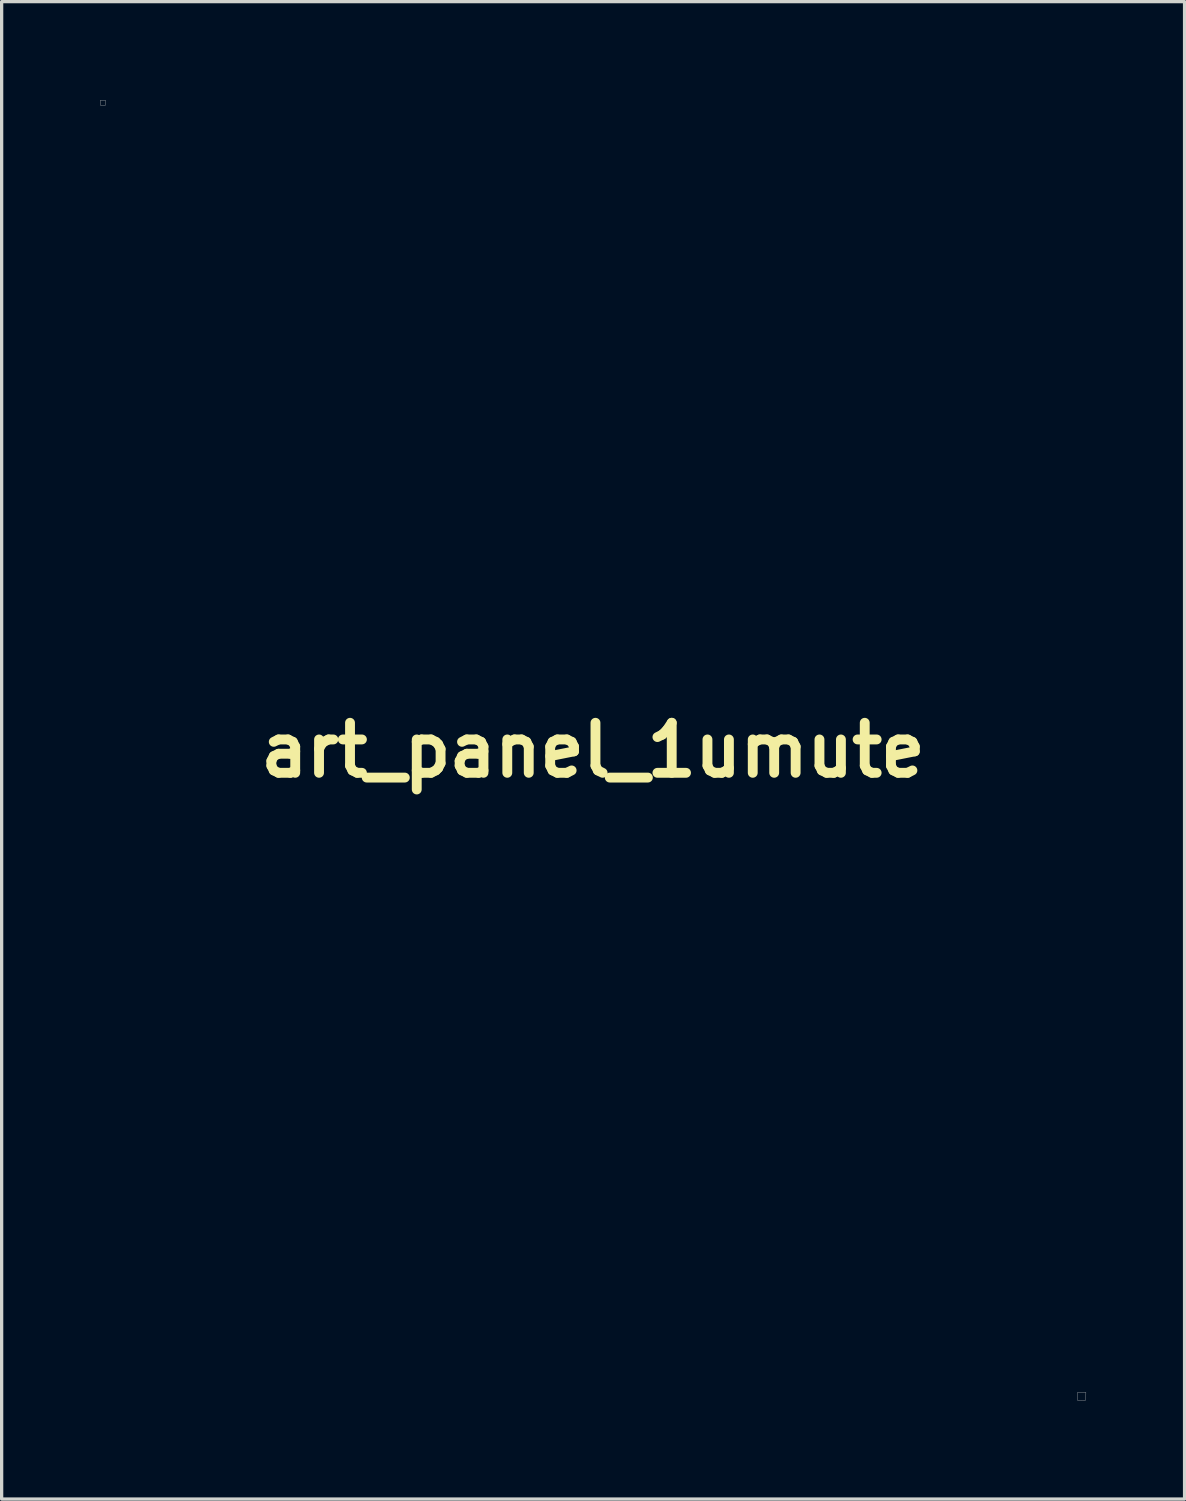
<source format=kicad_pcb>
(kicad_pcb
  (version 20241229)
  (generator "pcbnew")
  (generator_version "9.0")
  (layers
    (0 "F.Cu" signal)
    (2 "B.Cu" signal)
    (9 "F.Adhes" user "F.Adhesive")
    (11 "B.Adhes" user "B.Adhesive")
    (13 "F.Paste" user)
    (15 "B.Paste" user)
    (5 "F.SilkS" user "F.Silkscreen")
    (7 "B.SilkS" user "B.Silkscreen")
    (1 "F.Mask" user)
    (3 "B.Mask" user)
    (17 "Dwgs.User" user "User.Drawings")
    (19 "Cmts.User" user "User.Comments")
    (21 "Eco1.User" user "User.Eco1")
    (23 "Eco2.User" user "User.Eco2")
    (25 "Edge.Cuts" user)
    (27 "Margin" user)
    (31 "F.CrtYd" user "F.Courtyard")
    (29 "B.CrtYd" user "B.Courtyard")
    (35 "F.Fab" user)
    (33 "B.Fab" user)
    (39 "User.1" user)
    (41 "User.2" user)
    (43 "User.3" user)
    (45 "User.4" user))
  (footprint "art_panel_1umute"
    (layer "F.Cu")
    (at 15.012 19.796)
    (property "Reference" "art_panel_1umute" (at 0 0 0) (layer "F.SilkS") (effects (font (size 1.524 1.524) (thickness 0.3))))
    (attr through_hole)
    (fp_poly (pts (xy 4.971 -18.125) (xy 4.991 -18.102) (xy 4.999 -18.075) (xy 5 -18.055) (xy 4.997 -18.021) (xy 4.983 -17.997) (xy 4.971 -17.985) (xy 4.941 -17.96) (xy 4.223 -17.96) (xy 4.223 -16.809) (xy 4.222 -16.628) (xy 4.222 -16.467) (xy 4.222 -16.324) (xy 4.222 -16.199) (xy 4.222 -16.09) (xy 4.221 -15.997) (xy 4.221 -15.917) (xy 4.22 -15.85) (xy 4.219 -15.795) (xy 4.218 -15.749) (xy 4.217 -15.713) (xy 4.215 -15.685) (xy 4.213 -15.663) (xy 4.211 -15.646) (xy 4.209 -15.634) (xy 4.206 -15.625) (xy 4.203 -15.617) (xy 4.203 -15.616) (xy 4.172 -15.567) (xy 4.131 -15.527) (xy 4.092 -15.505) (xy 4.05 -15.496) (xy 4.001 -15.496) (xy 3.955 -15.503) (xy 3.932 -15.512) (xy 3.877 -15.549) (xy 3.839 -15.598) (xy 3.83 -15.616) (xy 3.827 -15.623) (xy 3.824 -15.632) (xy 3.822 -15.644) (xy 3.82 -15.659) (xy 3.818 -15.68) (xy 3.816 -15.708) (xy 3.815 -15.743) (xy 3.814 -15.786) (xy 3.813 -15.84) (xy 3.812 -15.905) (xy 3.812 -15.982) (xy 3.811 -16.074) (xy 3.811 -16.18) (xy 3.811 -16.302) (xy 3.81 -16.441) (xy 3.81 -16.599) (xy 3.81 -16.777) (xy 3.81 -16.809) (xy 3.81 -17.96) (xy 3.45 -17.96) (xy 3.089 -17.96) (xy 3.063 -17.986) (xy 3.044 -18.015) (xy 3.037 -18.052) (xy 3.037 -18.055) (xy 3.043 -18.093) (xy 3.061 -18.122) (xy 3.063 -18.124) (xy 3.089 -18.15) (xy 4.941 -18.15) (xy 4.971 -18.125)) (stroke (width 0.01) (type solid)) (fill yes) (layer "F.Mask"))
    (fp_poly (pts (xy 6.748 -18.123) (xy 6.765 -18.103) (xy 6.772 -18.082) (xy 6.771 -18.05) (xy 6.77 -18.047) (xy 6.769 -18.028) (xy 6.767 -18.013) (xy 6.763 -18) (xy 6.756 -17.989) (xy 6.743 -17.98) (xy 6.724 -17.974) (xy 6.697 -17.968) (xy 6.659 -17.965) (xy 6.61 -17.962) (xy 6.548 -17.961) (xy 6.47 -17.96) (xy 6.376 -17.96) (xy 6.264 -17.96) (xy 6.158 -17.96) (xy 5.599 -17.96) (xy 5.599 -16.912) (xy 6.467 -16.912) (xy 6.493 -16.886) (xy 6.513 -16.858) (xy 6.519 -16.82) (xy 6.519 -16.817) (xy 6.514 -16.779) (xy 6.495 -16.75) (xy 6.493 -16.748) (xy 6.467 -16.722) (xy 5.599 -16.722) (xy 5.599 -15.684) (xy 6.721 -15.684) (xy 6.749 -15.657) (xy 6.766 -15.637) (xy 6.772 -15.616) (xy 6.771 -15.584) (xy 6.77 -15.581) (xy 6.769 -15.564) (xy 6.768 -15.549) (xy 6.765 -15.537) (xy 6.759 -15.527) (xy 6.749 -15.518) (xy 6.734 -15.511) (xy 6.711 -15.506) (xy 6.679 -15.501) (xy 6.637 -15.498) (xy 6.583 -15.496) (xy 6.517 -15.495) (xy 6.435 -15.494) (xy 6.337 -15.494) (xy 6.222 -15.494) (xy 6.088 -15.494) (xy 6.029 -15.494) (xy 5.885 -15.495) (xy 5.761 -15.495) (xy 5.655 -15.495) (xy 5.567 -15.496) (xy 5.494 -15.497) (xy 5.435 -15.498) (xy 5.389 -15.5) (xy 5.354 -15.502) (xy 5.33 -15.504) (xy 5.314 -15.507) (xy 5.308 -15.509) (xy 5.277 -15.526) (xy 5.248 -15.549) (xy 5.246 -15.551) (xy 5.237 -15.559) (xy 5.229 -15.567) (xy 5.221 -15.575) (xy 5.215 -15.584) (xy 5.209 -15.597) (xy 5.205 -15.613) (xy 5.2 -15.635) (xy 5.197 -15.662) (xy 5.194 -15.698) (xy 5.192 -15.742) (xy 5.19 -15.796) (xy 5.188 -15.861) (xy 5.187 -15.938) (xy 5.187 -16.029) (xy 5.186 -16.134) (xy 5.186 -16.256) (xy 5.186 -16.394) (xy 5.186 -16.55) (xy 5.186 -16.726) (xy 5.186 -16.824) (xy 5.186 -17.996) (xy 5.208 -18.042) (xy 5.238 -18.086) (xy 5.274 -18.117) (xy 5.317 -18.145) (xy 6.019 -18.148) (xy 6.721 -18.151) (xy 6.748 -18.123)) (stroke (width 0.01) (type solid)) (fill yes) (layer "F.Mask"))
    (fp_poly (pts (xy -1.404 -6.761) (xy -1.227 -6.761) (xy -1.064 -6.761) (xy -0.915 -6.761) (xy -0.779 -6.76) (xy -0.657 -6.76) (xy -0.546 -6.76) (xy -0.447 -6.759) (xy -0.359 -6.759) (xy -0.281 -6.758) (xy -0.213 -6.758) (xy -0.153 -6.757) (xy -0.102 -6.756) (xy -0.059 -6.756) (xy -0.023 -6.755) (xy 0.007 -6.754) (xy 0.032 -6.753) (xy 0.051 -6.751) (xy 0.066 -6.75) (xy 0.077 -6.749) (xy 0.085 -6.748) (xy 0.09 -6.746) (xy 0.092 -6.745) (xy 0.123 -6.724) (xy 0.148 -6.697) (xy 0.149 -6.695) (xy 0.152 -6.69) (xy 0.154 -6.684) (xy 0.156 -6.676) (xy 0.158 -6.665) (xy 0.16 -6.65) (xy 0.161 -6.629) (xy 0.163 -6.603) (xy 0.164 -6.57) (xy 0.165 -6.529) (xy 0.166 -6.479) (xy 0.166 -6.419) (xy 0.167 -6.349) (xy 0.168 -6.267) (xy 0.168 -6.173) (xy 0.168 -6.065) (xy 0.169 -5.943) (xy 0.169 -5.805) (xy 0.169 -5.652) (xy 0.169 -5.481) (xy 0.169 -5.291) (xy 0.169 -5.083) (xy 0.169 -4.855) (xy 0.169 -4.801) (xy 0.169 -4.564) (xy 0.169 -4.348) (xy 0.169 -4.15) (xy 0.169 -3.972) (xy 0.169 -3.81) (xy 0.169 -3.665) (xy 0.169 -3.536) (xy 0.168 -3.422) (xy 0.168 -3.322) (xy 0.166 -3.234) (xy 0.165 -3.158) (xy 0.163 -3.094) (xy 0.161 -3.04) (xy 0.159 -2.995) (xy 0.156 -2.958) (xy 0.153 -2.929) (xy 0.149 -2.906) (xy 0.144 -2.889) (xy 0.139 -2.877) (xy 0.133 -2.868) (xy 0.127 -2.862) (xy 0.12 -2.858) (xy 0.112 -2.855) (xy 0.104 -2.852) (xy 0.094 -2.849) (xy 0.091 -2.847) (xy 0.051 -2.831) (xy 0.019 -2.827) (xy -0.013 -2.836) (xy -0.031 -2.844) (xy -0.062 -2.865) (xy -0.088 -2.891) (xy -0.089 -2.893) (xy -0.111 -2.923) (xy -0.114 -4.7) (xy -0.117 -6.477) (xy -3.852 -6.48) (xy -7.587 -6.482) (xy -7.617 -6.504) (xy -7.641 -6.529) (xy -7.663 -6.56) (xy -7.666 -6.565) (xy -7.68 -6.614) (xy -7.673 -6.662) (xy -7.644 -6.709) (xy -7.636 -6.719) (xy -7.6 -6.757) (xy -3.773 -6.76) (xy -3.434 -6.76) (xy -3.115 -6.761) (xy -2.816 -6.761) (xy -2.536 -6.761) (xy -2.275 -6.761) (xy -2.032 -6.761) (xy -1.806 -6.761) (xy -1.597 -6.761) (xy -1.404 -6.761)) (stroke (width 0.01) (type solid)) (fill yes) (layer "F.Mask"))
    (fp_poly (pts (xy 11.304 6.093) (xy 11.329 6.101) (xy 11.353 6.12) (xy 11.355 6.122) (xy 11.387 6.163) (xy 11.404 6.208) (xy 11.404 6.252) (xy 11.398 6.264) (xy 11.382 6.294) (xy 11.356 6.34) (xy 11.32 6.401) (xy 11.276 6.478) (xy 11.223 6.569) (xy 11.162 6.674) (xy 11.094 6.791) (xy 11.018 6.92) (xy 10.936 7.06) (xy 10.848 7.21) (xy 10.754 7.37) (xy 10.655 7.538) (xy 10.552 7.714) (xy 10.444 7.898) (xy 10.332 8.087) (xy 10.217 8.283) (xy 10.099 8.483) (xy 9.979 8.686) (xy 9.857 8.893) (xy 9.733 9.103) (xy 9.609 9.314) (xy 9.484 9.525) (xy 9.359 9.737) (xy 9.234 9.948) (xy 9.11 10.157) (xy 8.988 10.364) (xy 8.868 10.568) (xy 8.749 10.768) (xy 8.634 10.963) (xy 8.522 11.152) (xy 8.413 11.335) (xy 8.309 11.511) (xy 8.209 11.679) (xy 8.115 11.838) (xy 8.026 11.988) (xy 7.943 12.127) (xy 7.866 12.255) (xy 7.797 12.372) (xy 7.735 12.476) (xy 7.68 12.566) (xy 7.635 12.642) (xy 7.598 12.703) (xy 7.57 12.748) (xy 7.552 12.776) (xy 7.545 12.787) (xy 7.545 12.787) (xy 7.505 12.806) (xy 7.457 12.812) (xy 7.412 12.806) (xy 7.403 12.802) (xy 7.36 12.772) (xy 7.332 12.73) (xy 7.321 12.681) (xy 7.329 12.634) (xy 7.336 12.62) (xy 7.353 12.589) (xy 7.38 12.542) (xy 7.416 12.479) (xy 7.461 12.401) (xy 7.515 12.309) (xy 7.576 12.203) (xy 7.645 12.085) (xy 7.721 11.955) (xy 7.804 11.815) (xy 7.893 11.664) (xy 7.987 11.503) (xy 8.086 11.334) (xy 8.19 11.158) (xy 8.298 10.974) (xy 8.41 10.784) (xy 8.525 10.588) (xy 8.643 10.388) (xy 8.764 10.184) (xy 8.886 9.977) (xy 9.01 9.768) (xy 9.134 9.557) (xy 9.259 9.345) (xy 9.384 9.134) (xy 9.509 8.923) (xy 9.632 8.715) (xy 9.754 8.508) (xy 9.875 8.305) (xy 9.993 8.106) (xy 10.108 7.912) (xy 10.219 7.723) (xy 10.328 7.541) (xy 10.431 7.366) (xy 10.531 7.199) (xy 10.625 7.041) (xy 10.713 6.892) (xy 10.795 6.754) (xy 10.871 6.627) (xy 10.94 6.512) (xy 11.001 6.41) (xy 11.055 6.321) (xy 11.099 6.247) (xy 11.135 6.187) (xy 11.162 6.144) (xy 11.179 6.117) (xy 11.185 6.108) (xy 11.217 6.096) (xy 11.26 6.091) (xy 11.267 6.091) (xy 11.304 6.093)) (stroke (width 0.01) (type solid)) (fill yes) (layer "F.Mask"))
    (fp_poly (pts (xy 2.617 -18.148) (xy 2.66 -18.136) (xy 2.705 -18.107) (xy 2.743 -18.062) (xy 2.768 -18.007) (xy 2.773 -17.99) (xy 2.775 -17.971) (xy 2.777 -17.94) (xy 2.779 -17.896) (xy 2.781 -17.837) (xy 2.781 -17.763) (xy 2.782 -17.672) (xy 2.782 -17.564) (xy 2.782 -17.437) (xy 2.782 -17.291) (xy 2.781 -17.15) (xy 2.777 -16.367) (xy 2.749 -16.261) (xy 2.698 -16.113) (xy 2.631 -15.978) (xy 2.547 -15.855) (xy 2.448 -15.747) (xy 2.335 -15.653) (xy 2.207 -15.574) (xy 2.066 -15.512) (xy 1.993 -15.488) (xy 1.913 -15.47) (xy 1.82 -15.458) (xy 1.722 -15.454) (xy 1.624 -15.456) (xy 1.536 -15.465) (xy 1.502 -15.472) (xy 1.357 -15.514) (xy 1.222 -15.574) (xy 1.097 -15.652) (xy 0.986 -15.745) (xy 0.887 -15.854) (xy 0.803 -15.977) (xy 0.734 -16.112) (xy 0.691 -16.23) (xy 0.662 -16.325) (xy 0.659 -17.159) (xy 0.655 -17.994) (xy 0.678 -18.041) (xy 0.713 -18.091) (xy 0.758 -18.125) (xy 0.81 -18.144) (xy 0.866 -18.149) (xy 0.922 -18.139) (xy 0.974 -18.114) (xy 1.019 -18.075) (xy 1.051 -18.024) (xy 1.054 -18.011) (xy 1.056 -17.984) (xy 1.058 -17.942) (xy 1.06 -17.883) (xy 1.062 -17.808) (xy 1.064 -17.716) (xy 1.065 -17.605) (xy 1.067 -17.476) (xy 1.068 -17.327) (xy 1.069 -17.157) (xy 1.069 -17.15) (xy 1.07 -16.997) (xy 1.071 -16.863) (xy 1.072 -16.747) (xy 1.073 -16.648) (xy 1.074 -16.564) (xy 1.075 -16.493) (xy 1.076 -16.435) (xy 1.078 -16.388) (xy 1.079 -16.35) (xy 1.081 -16.319) (xy 1.084 -16.295) (xy 1.086 -16.276) (xy 1.09 -16.26) (xy 1.093 -16.245) (xy 1.097 -16.231) (xy 1.099 -16.226) (xy 1.136 -16.117) (xy 1.179 -16.023) (xy 1.223 -15.947) (xy 1.271 -15.878) (xy 1.319 -15.823) (xy 1.372 -15.776) (xy 1.419 -15.742) (xy 1.515 -15.689) (xy 1.613 -15.656) (xy 1.711 -15.645) (xy 1.81 -15.655) (xy 1.909 -15.686) (xy 1.943 -15.702) (xy 2.034 -15.758) (xy 2.118 -15.832) (xy 2.193 -15.922) (xy 2.256 -16.026) (xy 2.306 -16.141) (xy 2.309 -16.15) (xy 2.319 -16.178) (xy 2.327 -16.203) (xy 2.334 -16.227) (xy 2.341 -16.252) (xy 2.346 -16.279) (xy 2.351 -16.31) (xy 2.354 -16.346) (xy 2.357 -16.389) (xy 2.36 -16.44) (xy 2.362 -16.502) (xy 2.364 -16.575) (xy 2.365 -16.661) (xy 2.366 -16.763) (xy 2.367 -16.88) (xy 2.368 -17.015) (xy 2.37 -17.17) (xy 2.37 -17.183) (xy 2.376 -18.02) (xy 2.404 -18.063) (xy 2.444 -18.105) (xy 2.497 -18.134) (xy 2.556 -18.149) (xy 2.617 -18.148)) (stroke (width 0.01) (type solid)) (fill yes) (layer "F.Mask"))
    (fp_poly (pts (xy 7.519 -13.021) (xy 7.559 -12.995) (xy 7.586 -12.958) (xy 7.588 -12.955) (xy 7.591 -12.948) (xy 7.594 -12.943) (xy 7.597 -12.937) (xy 7.599 -12.931) (xy 7.6 -12.924) (xy 7.599 -12.915) (xy 7.598 -12.904) (xy 7.594 -12.891) (xy 7.588 -12.874) (xy 7.579 -12.854) (xy 7.568 -12.829) (xy 7.553 -12.799) (xy 7.535 -12.764) (xy 7.513 -12.722) (xy 7.487 -12.674) (xy 7.456 -12.619) (xy 7.421 -12.556) (xy 7.38 -12.484) (xy 7.334 -12.404) (xy 7.282 -12.314) (xy 7.224 -12.214) (xy 7.16 -12.104) (xy 7.089 -11.982) (xy 7.01 -11.848) (xy 6.925 -11.703) (xy 6.832 -11.544) (xy 6.73 -11.372) (xy 6.621 -11.186) (xy 6.503 -10.986) (xy 6.375 -10.77) (xy 6.239 -10.539) (xy 6.093 -10.291) (xy 5.937 -10.027) (xy 5.77 -9.745) (xy 5.681 -9.594) (xy 5.503 -9.292) (xy 5.336 -9.008) (xy 5.178 -8.742) (xy 5.031 -8.492) (xy 4.893 -8.259) (xy 4.764 -8.042) (xy 4.645 -7.84) (xy 4.534 -7.653) (xy 4.432 -7.481) (xy 4.338 -7.323) (xy 4.252 -7.178) (xy 4.174 -7.047) (xy 4.103 -6.928) (xy 4.04 -6.822) (xy 3.983 -6.728) (xy 3.933 -6.644) (xy 3.889 -6.572) (xy 3.852 -6.51) (xy 3.82 -6.459) (xy 3.793 -6.416) (xy 3.772 -6.383) (xy 3.756 -6.358) (xy 3.744 -6.342) (xy 3.737 -6.333) (xy 3.736 -6.331) (xy 3.69 -6.312) (xy 3.639 -6.309) (xy 3.591 -6.323) (xy 3.582 -6.328) (xy 3.548 -6.359) (xy 3.525 -6.401) (xy 3.516 -6.446) (xy 3.517 -6.462) (xy 3.523 -6.475) (xy 3.539 -6.505) (xy 3.565 -6.551) (xy 3.601 -6.613) (xy 3.645 -6.691) (xy 3.698 -6.782) (xy 3.759 -6.887) (xy 3.827 -7.005) (xy 3.903 -7.134) (xy 3.985 -7.274) (xy 4.073 -7.425) (xy 4.167 -7.585) (xy 4.266 -7.754) (xy 4.369 -7.931) (xy 4.477 -8.115) (xy 4.589 -8.305) (xy 4.704 -8.501) (xy 4.822 -8.701) (xy 4.942 -8.905) (xy 5.064 -9.113) (xy 5.188 -9.322) (xy 5.313 -9.534) (xy 5.438 -9.746) (xy 5.563 -9.958) (xy 5.688 -10.169) (xy 5.812 -10.379) (xy 5.934 -10.586) (xy 6.055 -10.79) (xy 6.173 -10.99) (xy 6.289 -11.185) (xy 6.401 -11.375) (xy 6.51 -11.558) (xy 6.614 -11.734) (xy 6.714 -11.902) (xy 6.809 -12.061) (xy 6.898 -12.211) (xy 6.981 -12.351) (xy 7.058 -12.479) (xy 7.128 -12.595) (xy 7.19 -12.699) (xy 7.244 -12.789) (xy 7.29 -12.865) (xy 7.327 -12.926) (xy 7.355 -12.971) (xy 7.373 -12.999) (xy 7.381 -13.01) (xy 7.424 -13.029) (xy 7.472 -13.032) (xy 7.519 -13.021)) (stroke (width 0.01) (type solid)) (fill yes) (layer "F.Mask"))
    (fp_poly (pts (xy 0.259 -18.139) (xy 0.311 -18.115) (xy 0.353 -18.076) (xy 0.384 -18.026) (xy 0.391 -18.005) (xy 0.393 -17.988) (xy 0.394 -17.951) (xy 0.396 -17.897) (xy 0.397 -17.827) (xy 0.398 -17.743) (xy 0.399 -17.645) (xy 0.4 -17.537) (xy 0.401 -17.42) (xy 0.402 -17.294) (xy 0.402 -17.163) (xy 0.402 -17.028) (xy 0.402 -16.89) (xy 0.402 -16.752) (xy 0.402 -16.614) (xy 0.402 -16.479) (xy 0.402 -16.348) (xy 0.401 -16.223) (xy 0.4 -16.105) (xy 0.399 -15.997) (xy 0.398 -15.9) (xy 0.397 -15.816) (xy 0.396 -15.746) (xy 0.394 -15.692) (xy 0.393 -15.656) (xy 0.391 -15.64) (xy 0.366 -15.585) (xy 0.327 -15.543) (xy 0.279 -15.514) (xy 0.224 -15.498) (xy 0.167 -15.497) (xy 0.112 -15.51) (xy 0.062 -15.539) (xy 0.023 -15.582) (xy -0.005 -15.625) (xy -0.016 -17.6) (xy -0.211 -17.264) (xy -0.265 -17.171) (xy -0.327 -17.065) (xy -0.393 -16.951) (xy -0.46 -16.834) (xy -0.526 -16.721) (xy -0.587 -16.615) (xy -0.617 -16.563) (xy -0.664 -16.482) (xy -0.709 -16.406) (xy -0.75 -16.337) (xy -0.785 -16.277) (xy -0.815 -16.229) (xy -0.836 -16.194) (xy -0.849 -16.175) (xy -0.851 -16.173) (xy -0.898 -16.135) (xy -0.954 -16.114) (xy -1.013 -16.108) (xy -1.072 -16.12) (xy -1.125 -16.148) (xy -1.144 -16.165) (xy -1.154 -16.178) (xy -1.173 -16.209) (xy -1.201 -16.255) (xy -1.237 -16.314) (xy -1.28 -16.386) (xy -1.329 -16.469) (xy -1.383 -16.561) (xy -1.441 -16.661) (xy -1.502 -16.768) (xy -1.562 -16.872) (xy -1.953 -17.551) (xy -1.958 -16.543) (xy -1.963 -15.534) (xy -1.988 -15.514) (xy -2.025 -15.497) (xy -2.067 -15.495) (xy -2.106 -15.507) (xy -2.122 -15.52) (xy -2.148 -15.546) (xy -2.148 -17.996) (xy -2.126 -18.042) (xy -2.091 -18.091) (xy -2.041 -18.127) (xy -1.981 -18.146) (xy -1.968 -18.148) (xy -1.912 -18.146) (xy -1.859 -18.131) (xy -1.815 -18.106) (xy -1.802 -18.095) (xy -1.793 -18.082) (xy -1.775 -18.052) (xy -1.748 -18.007) (xy -1.713 -17.948) (xy -1.67 -17.876) (xy -1.622 -17.792) (xy -1.567 -17.699) (xy -1.508 -17.597) (xy -1.445 -17.488) (xy -1.378 -17.373) (xy -1.338 -17.304) (xy -1.271 -17.186) (xy -1.206 -17.074) (xy -1.145 -16.969) (xy -1.088 -16.871) (xy -1.037 -16.783) (xy -0.992 -16.705) (xy -0.953 -16.639) (xy -0.923 -16.587) (xy -0.9 -16.549) (xy -0.887 -16.528) (xy -0.884 -16.523) (xy -0.88 -16.525) (xy -0.87 -16.537) (xy -0.854 -16.559) (xy -0.833 -16.592) (xy -0.804 -16.638) (xy -0.769 -16.697) (xy -0.726 -16.769) (xy -0.674 -16.856) (xy -0.614 -16.959) (xy -0.545 -17.078) (xy -0.466 -17.214) (xy -0.428 -17.28) (xy -0.36 -17.398) (xy -0.294 -17.512) (xy -0.232 -17.619) (xy -0.173 -17.719) (xy -0.12 -17.81) (xy -0.072 -17.89) (xy -0.031 -17.959) (xy 0.002 -18.014) (xy 0.027 -18.055) (xy 0.043 -18.079) (xy 0.047 -18.086) (xy 0.094 -18.124) (xy 0.147 -18.145) (xy 0.203 -18.15) (xy 0.259 -18.139)) (stroke (width 0.01) (type solid)) (fill yes) (layer "F.Mask"))
    (fp_poly (pts (xy 11.994 -18.442) (xy 12.024 -18.429) (xy 12.065 -18.408) (xy 12.117 -18.382) (xy 12.174 -18.353) (xy 12.235 -18.321) (xy 12.296 -18.288) (xy 12.354 -18.257) (xy 12.407 -18.228) (xy 12.451 -18.203) (xy 12.467 -18.193) (xy 12.598 -18.112) (xy 12.712 -18.036) (xy 12.813 -17.962) (xy 12.904 -17.889) (xy 12.989 -17.812) (xy 13.005 -17.797) (xy 13.092 -17.706) (xy 13.159 -17.618) (xy 13.207 -17.534) (xy 13.237 -17.451) (xy 13.249 -17.368) (xy 13.248 -17.326) (xy 13.243 -17.273) (xy 13.233 -17.232) (xy 13.215 -17.193) (xy 13.213 -17.189) (xy 13.175 -17.133) (xy 13.121 -17.077) (xy 13.056 -17.023) (xy 12.986 -16.978) (xy 12.983 -16.976) (xy 12.908 -16.94) (xy 12.816 -16.905) (xy 12.709 -16.872) (xy 12.592 -16.84) (xy 12.468 -16.813) (xy 12.341 -16.789) (xy 12.232 -16.774) (xy 12.13 -16.761) (xy 12.124 -16.686) (xy 12.123 -16.654) (xy 12.121 -16.606) (xy 12.118 -16.544) (xy 12.116 -16.472) (xy 12.114 -16.394) (xy 12.113 -16.325) (xy 12.11 -16.189) (xy 12.107 -16.059) (xy 12.103 -15.935) (xy 12.099 -15.819) (xy 12.095 -15.712) (xy 12.092 -15.617) (xy 12.088 -15.535) (xy 12.084 -15.468) (xy 12.08 -15.417) (xy 12.076 -15.383) (xy 12.073 -15.37) (xy 12.055 -15.359) (xy 12.04 -15.357) (xy 12.024 -15.362) (xy 11.993 -15.375) (xy 11.948 -15.394) (xy 11.894 -15.42) (xy 11.832 -15.449) (xy 11.795 -15.467) (xy 11.653 -15.539) (xy 11.529 -15.606) (xy 11.419 -15.67) (xy 11.322 -15.734) (xy 11.234 -15.797) (xy 11.152 -15.864) (xy 11.075 -15.935) (xy 11.044 -15.965) (xy 10.98 -16.031) (xy 10.931 -16.089) (xy 10.894 -16.142) (xy 10.867 -16.193) (xy 10.848 -16.246) (xy 10.841 -16.27) (xy 10.83 -16.355) (xy 10.831 -16.364) (xy 11.009 -16.364) (xy 11.011 -16.302) (xy 11.035 -16.235) (xy 11.05 -16.208) (xy 11.095 -16.143) (xy 11.158 -16.071) (xy 11.234 -15.994) (xy 11.323 -15.916) (xy 11.421 -15.837) (xy 11.525 -15.761) (xy 11.563 -15.735) (xy 11.603 -15.709) (xy 11.652 -15.678) (xy 11.706 -15.644) (xy 11.763 -15.61) (xy 11.82 -15.576) (xy 11.872 -15.545) (xy 11.918 -15.519) (xy 11.955 -15.499) (xy 11.978 -15.487) (xy 11.985 -15.484) (xy 11.988 -15.494) (xy 11.99 -15.521) (xy 11.99 -15.564) (xy 11.988 -15.618) (xy 11.988 -15.618) (xy 11.986 -15.657) (xy 11.984 -15.715) (xy 11.981 -15.787) (xy 11.979 -15.872) (xy 11.976 -15.967) (xy 11.973 -16.068) (xy 11.97 -16.174) (xy 11.968 -16.247) (xy 11.955 -16.741) (xy 11.918 -16.736) (xy 11.742 -16.709) (xy 11.583 -16.679) (xy 11.443 -16.646) (xy 11.322 -16.61) (xy 11.22 -16.571) (xy 11.139 -16.529) (xy 11.124 -16.52) (xy 11.065 -16.473) (xy 11.027 -16.421) (xy 11.009 -16.364) (xy 10.831 -16.364) (xy 10.84 -16.436) (xy 10.871 -16.513) (xy 10.922 -16.586) (xy 10.959 -16.625) (xy 11.033 -16.683) (xy 11.127 -16.737) (xy 11.24 -16.786) (xy 11.374 -16.831) (xy 11.528 -16.873) (xy 11.536 -16.875) (xy 11.579 -16.884) (xy 11.632 -16.895) (xy 11.692 -16.906) (xy 11.755 -16.917) (xy 11.814 -16.927) (xy 11.867 -16.936) (xy 11.909 -16.941) (xy 11.934 -16.944) (xy 11.935 -16.944) (xy 11.938 -16.948) (xy 11.94 -16.96) (xy 11.941 -16.965) (xy 12.131 -16.965) (xy 12.164 -16.97) (xy 12.187 -16.974) (xy 12.226 -16.98) (xy 12.275 -16.988) (xy 12.329 -16.997) (xy 12.33 -16.997) (xy 12.464 -17.022) (xy 12.589 -17.052) (xy 12.703 -17.086) (xy 12.803 -17.123) (xy 12.889 -17.163) (xy 12.957 -17.206) (xy 13.008 -17.249) (xy 13.026 -17.272) (xy 13.041 -17.299) (xy 13.047 -17.326) (xy 13.047 -17.363) (xy 13.047 -17.37) (xy 13.043 -17.404) (xy 13.034 -17.434) (xy 13.017 -17.466) (xy 12.992 -17.504) (xy 12.928 -17.585) (xy 12.844 -17.67) (xy 12.739 -17.76) (xy 12.614 -17.853) (xy 12.51 -17.923) (xy 12.46 -17.956) (xy 12.404 -17.99) (xy 12.348 -18.024) (xy 12.293 -18.056) (xy 12.243 -18.084) (xy 12.2 -18.107) (xy 12.167 -18.124) (xy 12.147 -18.132) (xy 12.143 -18.132) (xy 12.142 -18.12) (xy 12.142 -18.089) (xy 12.141 -18.041) (xy 12.14 -17.977) (xy 12.139 -17.9) (xy 12.138 -17.812) (xy 12.137 -17.714) (xy 12.136 -17.609) (xy 12.136 -17.544) (xy 12.131 -16.965) (xy 11.941 -16.965) (xy 11.942 -16.982) (xy 11.943 -17.015) (xy 11.944 -17.061) (xy 11.945 -17.119) (xy 11.945 -17.193) (xy 11.945 -17.283) (xy 11.944 -17.39) (xy 11.943 -17.515) (xy 11.942 -17.66) (xy 11.942 -17.677) (xy 11.94 -17.82) (xy 11.939 -17.943) (xy 11.938 -18.048) (xy 11.938 -18.136) (xy 11.938 -18.209) (xy 11.938 -18.268) (xy 11.939 -18.315) (xy 11.94 -18.352) (xy 11.941 -18.379) (xy 11.943 -18.399) (xy 11.945 -18.412) (xy 11.948 -18.421) (xy 11.951 -18.426) (xy 11.953 -18.428) (xy 11.971 -18.443) (xy 11.981 -18.447) (xy 11.994 -18.442)) (stroke (width 0.01) (type solid)) (fill yes) (layer "F.Mask"))
    (fp_poly (pts (xy 7.506 -11.504) (xy 7.549 -11.48) (xy 7.575 -11.452) (xy 7.599 -11.416) (xy 7.599 -10.14) (xy 7.599 -9.949) (xy 7.599 -9.778) (xy 7.599 -9.626) (xy 7.598 -9.491) (xy 7.598 -9.373) (xy 7.598 -9.271) (xy 7.597 -9.183) (xy 7.597 -9.108) (xy 7.596 -9.045) (xy 7.595 -8.993) (xy 7.594 -8.951) (xy 7.593 -8.917) (xy 7.591 -8.891) (xy 7.59 -8.871) (xy 7.588 -8.857) (xy 7.585 -8.846) (xy 7.583 -8.839) (xy 7.58 -8.833) (xy 7.579 -8.83) (xy 7.547 -8.798) (xy 7.509 -8.778) (xy 7.479 -8.768) (xy 7.457 -8.765) (xy 7.434 -8.771) (xy 7.411 -8.78) (xy 7.364 -8.808) (xy 7.34 -8.837) (xy 7.336 -8.844) (xy 7.333 -8.851) (xy 7.33 -8.861) (xy 7.328 -8.875) (xy 7.326 -8.893) (xy 7.324 -8.917) (xy 7.322 -8.949) (xy 7.321 -8.99) (xy 7.32 -9.04) (xy 7.318 -9.103) (xy 7.318 -9.178) (xy 7.317 -9.267) (xy 7.316 -9.372) (xy 7.315 -9.493) (xy 7.314 -9.633) (xy 7.313 -9.791) (xy 7.313 -9.848) (xy 7.308 -10.821) (xy 6.126 -8.774) (xy 6.015 -8.581) (xy 5.907 -8.394) (xy 5.802 -8.212) (xy 5.701 -8.037) (xy 5.604 -7.869) (xy 5.512 -7.709) (xy 5.425 -7.558) (xy 5.344 -7.417) (xy 5.269 -7.286) (xy 5.2 -7.168) (xy 5.139 -7.061) (xy 5.085 -6.967) (xy 5.04 -6.888) (xy 5.003 -6.823) (xy 4.975 -6.773) (xy 4.956 -6.74) (xy 4.947 -6.724) (xy 4.947 -6.723) (xy 4.957 -6.726) (xy 4.985 -6.735) (xy 5.028 -6.75) (xy 5.085 -6.769) (xy 5.152 -6.793) (xy 5.228 -6.819) (xy 5.303 -6.846) (xy 5.522 -6.923) (xy 5.722 -6.992) (xy 5.907 -7.054) (xy 6.078 -7.108) (xy 6.236 -7.156) (xy 6.384 -7.198) (xy 6.522 -7.235) (xy 6.654 -7.267) (xy 6.78 -7.294) (xy 6.902 -7.317) (xy 7.022 -7.337) (xy 7.054 -7.342) (xy 7.124 -7.349) (xy 7.21 -7.355) (xy 7.308 -7.359) (xy 7.413 -7.361) (xy 7.52 -7.361) (xy 7.624 -7.359) (xy 7.721 -7.355) (xy 7.806 -7.349) (xy 7.869 -7.342) (xy 7.987 -7.323) (xy 8.107 -7.301) (xy 8.229 -7.276) (xy 8.355 -7.247) (xy 8.488 -7.212) (xy 8.629 -7.173) (xy 8.78 -7.128) (xy 8.942 -7.077) (xy 9.117 -7.02) (xy 9.308 -6.955) (xy 9.515 -6.882) (xy 9.615 -6.847) (xy 9.757 -6.796) (xy 9.881 -6.752) (xy 9.987 -6.714) (xy 10.077 -6.681) (xy 10.153 -6.654) (xy 10.216 -6.63) (xy 10.267 -6.611) (xy 10.308 -6.595) (xy 10.339 -6.581) (xy 10.363 -6.57) (xy 10.381 -6.561) (xy 10.394 -6.552) (xy 10.404 -6.545) (xy 10.407 -6.542) (xy 10.435 -6.501) (xy 10.445 -6.456) (xy 10.439 -6.41) (xy 10.42 -6.368) (xy 10.388 -6.335) (xy 10.347 -6.313) (xy 10.31 -6.308) (xy 10.291 -6.311) (xy 10.256 -6.321) (xy 10.206 -6.337) (xy 10.144 -6.357) (xy 10.073 -6.382) (xy 9.995 -6.409) (xy 9.95 -6.425) (xy 9.729 -6.505) (xy 9.527 -6.577) (xy 9.341 -6.643) (xy 9.171 -6.702) (xy 9.015 -6.754) (xy 8.873 -6.801) (xy 8.741 -6.843) (xy 8.62 -6.88) (xy 8.507 -6.913) (xy 8.402 -6.942) (xy 8.303 -6.967) (xy 8.209 -6.989) (xy 8.118 -7.009) (xy 8.059 -7.02) (xy 7.967 -7.038) (xy 7.887 -7.051) (xy 7.815 -7.061) (xy 7.745 -7.067) (xy 7.672 -7.072) (xy 7.59 -7.074) (xy 7.494 -7.075) (xy 7.461 -7.075) (xy 7.333 -7.073) (xy 7.212 -7.067) (xy 7.095 -7.057) (xy 6.978 -7.042) (xy 6.857 -7.021) (xy 6.729 -6.994) (xy 6.59 -6.961) (xy 6.438 -6.919) (xy 6.366 -6.899) (xy 6.277 -6.873) (xy 6.17 -6.839) (xy 6.048 -6.8) (xy 5.913 -6.755) (xy 5.767 -6.706) (xy 5.613 -6.653) (xy 5.452 -6.597) (xy 5.287 -6.539) (xy 5.12 -6.479) (xy 4.954 -6.419) (xy 4.827 -6.372) (xy 4.748 -6.344) (xy 4.687 -6.324) (xy 4.639 -6.313) (xy 4.602 -6.309) (xy 4.573 -6.311) (xy 4.549 -6.321) (xy 4.536 -6.33) (xy 4.499 -6.371) (xy 4.479 -6.422) (xy 4.477 -6.45) (xy 4.478 -6.457) (xy 4.483 -6.469) (xy 4.492 -6.488) (xy 4.505 -6.514) (xy 4.523 -6.547) (xy 4.545 -6.588) (xy 4.572 -6.638) (xy 4.605 -6.697) (xy 4.644 -6.766) (xy 4.689 -6.845) (xy 4.74 -6.936) (xy 4.798 -7.037) (xy 4.863 -7.151) (xy 4.935 -7.278) (xy 5.015 -7.418) (xy 5.104 -7.572) (xy 5.201 -7.741) (xy 5.306 -7.924) (xy 5.421 -8.124) (xy 5.545 -8.339) (xy 5.679 -8.571) (xy 5.823 -8.821) (xy 5.907 -8.967) (xy 6.029 -9.179) (xy 6.149 -9.387) (xy 6.266 -9.589) (xy 6.38 -9.785) (xy 6.489 -9.975) (xy 6.595 -10.156) (xy 6.695 -10.329) (xy 6.79 -10.493) (xy 6.88 -10.647) (xy 6.963 -10.791) (xy 7.04 -10.923) (xy 7.11 -11.042) (xy 7.173 -11.149) (xy 7.227 -11.242) (xy 7.274 -11.32) (xy 7.311 -11.384) (xy 7.339 -11.431) (xy 7.358 -11.461) (xy 7.367 -11.474) (xy 7.367 -11.474) (xy 7.41 -11.502) (xy 7.458 -11.512) (xy 7.506 -11.504)) (stroke (width 0.01) (type solid)) (fill yes) (layer "F.Mask"))
    (fp_poly (pts (xy 10.358 6.095) (xy 10.399 6.122) (xy 10.43 6.162) (xy 10.444 6.211) (xy 10.445 6.228) (xy 10.444 6.234) (xy 10.441 6.244) (xy 10.435 6.258) (xy 10.426 6.277) (xy 10.414 6.302) (xy 10.398 6.332) (xy 10.378 6.37) (xy 10.353 6.415) (xy 10.324 6.468) (xy 10.289 6.529) (xy 10.249 6.6) (xy 10.204 6.681) (xy 10.152 6.772) (xy 10.093 6.875) (xy 10.028 6.989) (xy 9.955 7.116) (xy 9.875 7.256) (xy 9.787 7.409) (xy 9.69 7.577) (xy 9.585 7.759) (xy 9.47 7.958) (xy 9.347 8.172) (xy 9.213 8.403) (xy 9.069 8.652) (xy 9.009 8.757) (xy 8.859 9.017) (xy 8.719 9.259) (xy 8.589 9.483) (xy 8.469 9.691) (xy 8.358 9.883) (xy 8.255 10.06) (xy 8.162 10.221) (xy 8.076 10.369) (xy 7.998 10.503) (xy 7.928 10.623) (xy 7.864 10.732) (xy 7.808 10.828) (xy 7.758 10.913) (xy 7.714 10.987) (xy 7.676 11.051) (xy 7.643 11.106) (xy 7.615 11.151) (xy 7.592 11.188) (xy 7.573 11.218) (xy 7.559 11.24) (xy 7.548 11.255) (xy 7.54 11.265) (xy 7.536 11.268) (xy 7.491 11.287) (xy 7.441 11.291) (xy 7.403 11.282) (xy 7.368 11.258) (xy 7.34 11.221) (xy 7.323 11.18) (xy 7.322 11.163) (xy 7.32 11.127) (xy 7.319 11.073) (xy 7.318 11.002) (xy 7.317 10.918) (xy 7.316 10.82) (xy 7.316 10.71) (xy 7.315 10.591) (xy 7.314 10.464) (xy 7.314 10.331) (xy 7.314 10.193) (xy 7.314 10.052) (xy 7.314 9.909) (xy 7.314 9.766) (xy 7.314 9.625) (xy 7.314 9.488) (xy 7.315 9.355) (xy 7.315 9.23) (xy 7.316 9.112) (xy 7.317 9.005) (xy 7.318 8.909) (xy 7.319 8.827) (xy 7.32 8.759) (xy 7.321 8.708) (xy 7.322 8.675) (xy 7.323 8.662) (xy 7.343 8.617) (xy 7.371 8.586) (xy 7.398 8.564) (xy 7.424 8.554) (xy 7.46 8.551) (xy 7.461 8.551) (xy 7.497 8.554) (xy 7.524 8.563) (xy 7.551 8.585) (xy 7.554 8.588) (xy 7.594 8.624) (xy 7.599 9.621) (xy 7.604 10.619) (xy 8.792 8.562) (xy 8.903 8.369) (xy 9.012 8.181) (xy 9.117 7.999) (xy 9.218 7.823) (xy 9.315 7.655) (xy 9.408 7.494) (xy 9.495 7.343) (xy 9.576 7.201) (xy 9.652 7.07) (xy 9.72 6.951) (xy 9.782 6.844) (xy 9.836 6.75) (xy 9.882 6.669) (xy 9.919 6.604) (xy 9.948 6.554) (xy 9.967 6.52) (xy 9.976 6.503) (xy 9.977 6.502) (xy 9.966 6.504) (xy 9.939 6.513) (xy 9.896 6.528) (xy 9.841 6.547) (xy 9.777 6.57) (xy 9.705 6.596) (xy 9.694 6.6) (xy 9.455 6.685) (xy 9.235 6.761) (xy 9.031 6.829) (xy 8.842 6.889) (xy 8.666 6.942) (xy 8.503 6.988) (xy 8.351 7.028) (xy 8.208 7.061) (xy 8.073 7.089) (xy 7.945 7.111) (xy 7.932 7.113) (xy 7.834 7.125) (xy 7.721 7.134) (xy 7.599 7.14) (xy 7.474 7.142) (xy 7.352 7.142) (xy 7.237 7.138) (xy 7.137 7.13) (xy 7.123 7.128) (xy 7.025 7.116) (xy 6.927 7.102) (xy 6.828 7.084) (xy 6.726 7.064) (xy 6.62 7.041) (xy 6.509 7.013) (xy 6.39 6.982) (xy 6.264 6.946) (xy 6.129 6.905) (xy 5.982 6.858) (xy 5.824 6.806) (xy 5.651 6.748) (xy 5.464 6.683) (xy 5.261 6.611) (xy 5.04 6.531) (xy 4.934 6.493) (xy 4.829 6.455) (xy 4.742 6.423) (xy 4.671 6.396) (xy 4.615 6.373) (xy 4.572 6.354) (xy 4.539 6.337) (xy 4.516 6.321) (xy 4.501 6.306) (xy 4.491 6.291) (xy 4.485 6.275) (xy 4.481 6.259) (xy 4.48 6.204) (xy 4.497 6.155) (xy 4.529 6.117) (xy 4.575 6.093) (xy 4.592 6.089) (xy 4.6 6.088) (xy 4.607 6.086) (xy 4.614 6.086) (xy 4.624 6.087) (xy 4.638 6.089) (xy 4.657 6.094) (xy 4.682 6.102) (xy 4.717 6.114) (xy 4.761 6.129) (xy 4.817 6.149) (xy 4.886 6.174) (xy 4.97 6.204) (xy 5.07 6.24) (xy 5.188 6.282) (xy 5.227 6.296) (xy 5.456 6.379) (xy 5.668 6.453) (xy 5.863 6.52) (xy 6.043 6.58) (xy 6.209 6.632) (xy 6.362 6.678) (xy 6.505 6.718) (xy 6.637 6.753) (xy 6.761 6.781) (xy 6.878 6.805) (xy 6.99 6.824) (xy 7.097 6.838) (xy 7.202 6.848) (xy 7.305 6.855) (xy 7.408 6.858) (xy 7.461 6.858) (xy 7.566 6.856) (xy 7.67 6.852) (xy 7.775 6.843) (xy 7.882 6.831) (xy 7.993 6.814) (xy 8.108 6.792) (xy 8.231 6.766) (xy 8.361 6.733) (xy 8.5 6.696) (xy 8.65 6.652) (xy 8.812 6.601) (xy 8.988 6.544) (xy 9.179 6.479) (xy 9.386 6.407) (xy 9.611 6.327) (xy 9.652 6.313) (xy 9.741 6.281) (xy 9.83 6.249) (xy 9.915 6.218) (xy 9.994 6.189) (xy 10.061 6.164) (xy 10.115 6.145) (xy 10.135 6.137) (xy 10.189 6.118) (xy 10.238 6.102) (xy 10.278 6.091) (xy 10.304 6.086) (xy 10.308 6.085) (xy 10.358 6.095)) (stroke (width 0.01) (type solid)) (fill yes) (layer "F.Mask"))
    (fp_poly (pts (xy -2.077 -3.104) (xy -2.032 -3.083) (xy -2 -3.046) (xy -1.997 -3.041) (xy -1.991 -3.027) (xy -1.979 -2.995) (xy -1.959 -2.946) (xy -1.934 -2.88) (xy -1.903 -2.8) (xy -1.866 -2.705) (xy -1.825 -2.597) (xy -1.779 -2.478) (xy -1.729 -2.349) (xy -1.676 -2.21) (xy -1.62 -2.063) (xy -1.561 -1.909) (xy -1.5 -1.749) (xy -1.466 -1.659) (xy -0.949 -0.307) (xy -0.109 -0.307) (xy -0.031 -0.616) (xy -0.006 -0.713) (xy 0.015 -0.792) (xy 0.033 -0.854) (xy 0.049 -0.901) (xy 0.064 -0.937) (xy 0.079 -0.963) (xy 0.095 -0.981) (xy 0.113 -0.993) (xy 0.134 -1.001) (xy 0.149 -1.006) (xy 0.195 -1.009) (xy 0.241 -0.996) (xy 0.279 -0.971) (xy 0.301 -0.943) (xy 0.306 -0.928) (xy 0.316 -0.894) (xy 0.329 -0.842) (xy 0.346 -0.775) (xy 0.367 -0.695) (xy 0.39 -0.603) (xy 0.415 -0.501) (xy 0.442 -0.391) (xy 0.47 -0.274) (xy 0.486 -0.206) (xy 0.515 -0.087) (xy 0.542 0.025) (xy 0.567 0.13) (xy 0.59 0.225) (xy 0.61 0.309) (xy 0.627 0.38) (xy 0.641 0.436) (xy 0.651 0.476) (xy 0.657 0.499) (xy 0.658 0.503) (xy 0.66 0.493) (xy 0.666 0.464) (xy 0.675 0.417) (xy 0.686 0.352) (xy 0.701 0.273) (xy 0.717 0.179) (xy 0.736 0.073) (xy 0.757 -0.045) (xy 0.78 -0.172) (xy 0.804 -0.309) (xy 0.829 -0.452) (xy 0.852 -0.585) (xy 0.884 -0.768) (xy 0.913 -0.932) (xy 0.938 -1.076) (xy 0.961 -1.203) (xy 0.981 -1.313) (xy 0.998 -1.407) (xy 1.013 -1.486) (xy 1.026 -1.552) (xy 1.036 -1.604) (xy 1.045 -1.645) (xy 1.052 -1.675) (xy 1.058 -1.696) (xy 1.063 -1.707) (xy 1.064 -1.709) (xy 1.088 -1.735) (xy 1.119 -1.758) (xy 1.125 -1.761) (xy 1.174 -1.774) (xy 1.222 -1.767) (xy 1.269 -1.739) (xy 1.276 -1.732) (xy 1.312 -1.699) (xy 1.537 -0.667) (xy 1.568 -0.522) (xy 1.598 -0.384) (xy 1.627 -0.253) (xy 1.653 -0.131) (xy 1.678 -0.018) (xy 1.7 0.082) (xy 1.719 0.17) (xy 1.736 0.244) (xy 1.749 0.302) (xy 1.758 0.343) (xy 1.763 0.365) (xy 1.764 0.369) (xy 1.772 0.363) (xy 1.793 0.344) (xy 1.827 0.312) (xy 1.87 0.27) (xy 1.922 0.219) (xy 1.981 0.161) (xy 2.046 0.098) (xy 2.078 0.066) (xy 2.158 -0.013) (xy 2.225 -0.079) (xy 2.28 -0.131) (xy 2.324 -0.173) (xy 2.359 -0.204) (xy 2.387 -0.227) (xy 2.407 -0.242) (xy 2.423 -0.251) (xy 2.43 -0.254) (xy 2.441 -0.255) (xy 2.465 -0.256) (xy 2.501 -0.257) (xy 2.551 -0.258) (xy 2.615 -0.259) (xy 2.693 -0.26) (xy 2.787 -0.261) (xy 2.895 -0.262) (xy 3.02 -0.262) (xy 3.162 -0.263) (xy 3.32 -0.263) (xy 3.496 -0.263) (xy 3.69 -0.263) (xy 3.903 -0.263) (xy 4.134 -0.263) (xy 4.385 -0.263) (xy 4.657 -0.263) (xy 4.948 -0.262) (xy 4.99 -0.262) (xy 5.263 -0.262) (xy 5.515 -0.262) (xy 5.747 -0.261) (xy 5.961 -0.261) (xy 6.157 -0.261) (xy 6.336 -0.26) (xy 6.498 -0.26) (xy 6.645 -0.26) (xy 6.777 -0.259) (xy 6.895 -0.259) (xy 6.999 -0.258) (xy 7.092 -0.258) (xy 7.173 -0.257) (xy 7.243 -0.256) (xy 7.303 -0.255) (xy 7.355 -0.255) (xy 7.397 -0.254) (xy 7.433 -0.253) (xy 7.461 -0.251) (xy 7.483 -0.25) (xy 7.501 -0.249) (xy 7.514 -0.247) (xy 7.523 -0.245) (xy 7.53 -0.243) (xy 7.535 -0.241) (xy 7.538 -0.239) (xy 7.539 -0.239) (xy 7.575 -0.202) (xy 7.595 -0.152) (xy 7.599 -0.111) (xy 7.596 -0.077) (xy 7.585 -0.051) (xy 7.563 -0.024) (xy 7.526 0.016) (xy 5.026 0.019) (xy 2.525 0.021) (xy 2.138 0.406) (xy 2.052 0.493) (xy 1.979 0.565) (xy 1.918 0.625) (xy 1.868 0.673) (xy 1.828 0.711) (xy 1.796 0.741) (xy 1.771 0.763) (xy 1.751 0.778) (xy 1.736 0.788) (xy 1.723 0.794) (xy 1.712 0.798) (xy 1.707 0.799) (xy 1.655 0.797) (xy 1.607 0.779) (xy 1.568 0.745) (xy 1.565 0.741) (xy 1.559 0.725) (xy 1.548 0.688) (xy 1.534 0.632) (xy 1.516 0.556) (xy 1.494 0.462) (xy 1.468 0.349) (xy 1.439 0.217) (xy 1.406 0.068) (xy 1.374 -0.077) (xy 1.347 -0.203) (xy 1.32 -0.322) (xy 1.296 -0.434) (xy 1.273 -0.537) (xy 1.252 -0.629) (xy 1.235 -0.708) (xy 1.22 -0.773) (xy 1.208 -0.822) (xy 1.2 -0.854) (xy 1.197 -0.868) (xy 1.196 -0.868) (xy 1.194 -0.858) (xy 1.188 -0.828) (xy 1.179 -0.78) (xy 1.167 -0.716) (xy 1.152 -0.636) (xy 1.136 -0.542) (xy 1.117 -0.436) (xy 1.096 -0.319) (xy 1.073 -0.192) (xy 1.049 -0.056) (xy 1.024 0.086) (xy 1.007 0.188) (xy 0.981 0.335) (xy 0.956 0.477) (xy 0.932 0.612) (xy 0.909 0.739) (xy 0.888 0.856) (xy 0.868 0.962) (xy 0.851 1.056) (xy 0.836 1.135) (xy 0.824 1.198) (xy 0.814 1.245) (xy 0.808 1.273) (xy 0.806 1.281) (xy 0.78 1.315) (xy 0.739 1.342) (xy 0.706 1.357) (xy 0.681 1.361) (xy 0.654 1.357) (xy 0.649 1.355) (xy 0.633 1.351) (xy 0.619 1.347) (xy 0.606 1.342) (xy 0.595 1.333) (xy 0.584 1.321) (xy 0.573 1.302) (xy 0.562 1.277) (xy 0.55 1.244) (xy 0.536 1.201) (xy 0.521 1.147) (xy 0.504 1.08) (xy 0.483 1) (xy 0.46 0.904) (xy 0.433 0.792) (xy 0.402 0.661) (xy 0.37 0.529) (xy 0.341 0.405) (xy 0.313 0.288) (xy 0.286 0.177) (xy 0.262 0.076) (xy 0.24 -0.015) (xy 0.22 -0.093) (xy 0.205 -0.157) (xy 0.193 -0.206) (xy 0.185 -0.237) (xy 0.181 -0.249) (xy 0.176 -0.255) (xy 0.169 -0.246) (xy 0.161 -0.221) (xy 0.153 -0.185) (xy 0.138 -0.133) (xy 0.122 -0.095) (xy 0.101 -0.065) (xy 0.099 -0.064) (xy 0.065 -0.026) (xy -0.385 -0.023) (xy -0.481 -0.023) (xy -0.569 -0.022) (xy -0.649 -0.021) (xy -0.717 -0.02) (xy -0.772 -0.019) (xy -0.811 -0.018) (xy -0.833 -0.017) (xy -0.836 -0.016) (xy -0.832 -0.006) (xy -0.822 0.023) (xy -0.804 0.07) (xy -0.78 0.132) (xy -0.751 0.21) (xy -0.716 0.302) (xy -0.676 0.406) (xy -0.632 0.523) (xy -0.583 0.65) (xy -0.531 0.786) (xy -0.476 0.931) (xy -0.418 1.082) (xy -0.358 1.24) (xy -0.333 1.304) (xy 0.169 2.619) (xy 0.169 6.421) (xy 0.145 6.457) (xy 0.123 6.484) (xy 0.099 6.504) (xy 0.095 6.506) (xy 0.089 6.507) (xy 0.075 6.508) (xy 0.052 6.509) (xy 0.021 6.51) (xy -0.02 6.511) (xy -0.07 6.512) (xy -0.132 6.513) (xy -0.204 6.514) (xy -0.288 6.514) (xy -0.385 6.515) (xy -0.494 6.516) (xy -0.616 6.516) (xy -0.753 6.517) (xy -0.903 6.517) (xy -1.069 6.517) (xy -1.25 6.518) (xy -1.448 6.518) (xy -1.662 6.518) (xy -1.893 6.519) (xy -2.142 6.519) (xy -2.409 6.519) (xy -2.695 6.519) (xy -3 6.519) (xy -3.326 6.519) (xy -3.671 6.519) (xy -3.757 6.519) (xy -4.095 6.519) (xy -4.413 6.519) (xy -4.711 6.519) (xy -4.989 6.519) (xy -5.249 6.519) (xy -5.491 6.519) (xy -5.716 6.519) (xy -5.924 6.519) (xy -6.117 6.519) (xy -6.293 6.519) (xy -6.456 6.518) (xy -6.604 6.518) (xy -6.738 6.518) (xy -6.86 6.517) (xy -6.97 6.517) (xy -7.069 6.517) (xy -7.156 6.516) (xy -7.234 6.516) (xy -7.302 6.515) (xy -7.361 6.514) (xy -7.412 6.513) (xy -7.455 6.513) (xy -7.492 6.512) (xy -7.522 6.511) (xy -7.546 6.51) (xy -7.566 6.508) (xy -7.581 6.507) (xy -7.593 6.506) (xy -7.601 6.504) (xy -7.608 6.503) (xy -7.612 6.501) (xy -7.615 6.499) (xy -7.616 6.499) (xy -7.647 6.469) (xy -7.669 6.427) (xy -7.679 6.381) (xy -7.677 6.354) (xy -7.659 6.31) (xy -7.625 6.273) (xy -7.581 6.248) (xy -7.572 6.245) (xy -7.561 6.244) (xy -7.535 6.243) (xy -7.495 6.242) (xy -7.44 6.241) (xy -7.37 6.24) (xy -7.285 6.239) (xy -7.183 6.239) (xy -7.065 6.238) (xy -6.931 6.237) (xy -6.78 6.237) (xy -6.611 6.236) (xy -6.425 6.236) (xy -6.221 6.235) (xy -5.998 6.235) (xy -5.757 6.235) (xy -5.496 6.234) (xy -5.217 6.234) (xy -4.917 6.234) (xy -4.598 6.234) (xy -4.258 6.234) (xy -3.897 6.234) (xy -3.823 6.234) (xy -0.116 6.234) (xy -0.116 2.668) (xy -0.642 1.294) (xy -0.705 1.13) (xy -0.766 0.97) (xy -0.824 0.816) (xy -0.881 0.67) (xy -0.933 0.531) (xy -0.983 0.403) (xy -1.028 0.284) (xy -1.069 0.178) (xy -1.104 0.085) (xy -1.134 0.006) (xy -1.159 -0.058) (xy -1.176 -0.105) (xy -1.188 -0.134) (xy -1.191 -0.143) (xy -1.197 -0.16) (xy -1.211 -0.196) (xy -1.231 -0.25) (xy -1.258 -0.319) (xy -1.29 -0.404) (xy -1.328 -0.502) (xy -1.37 -0.613) (xy -1.417 -0.735) (xy -1.467 -0.868) (xy -1.522 -1.01) (xy -1.579 -1.159) (xy -1.638 -1.315) (xy -1.7 -1.477) (xy -1.74 -1.582) (xy -1.815 -1.777) (xy -1.883 -1.954) (xy -1.943 -2.113) (xy -1.998 -2.255) (xy -2.045 -2.381) (xy -2.088 -2.492) (xy -2.124 -2.59) (xy -2.155 -2.674) (xy -2.182 -2.747) (xy -2.203 -2.809) (xy -2.221 -2.861) (xy -2.234 -2.904) (xy -2.244 -2.939) (xy -2.25 -2.968) (xy -2.254 -2.99) (xy -2.254 -3.007) (xy -2.253 -3.021) (xy -2.249 -3.032) (xy -2.243 -3.04) (xy -2.236 -3.048) (xy -2.228 -3.056) (xy -2.22 -3.065) (xy -2.219 -3.066) (xy -2.192 -3.091) (xy -2.164 -3.103) (xy -2.132 -3.108) (xy -2.077 -3.104)) (stroke (width 0.01) (type solid)) (fill yes) (layer "F.Mask"))
    (fp_poly (pts (xy -14.848 -19.643) (xy -15.007 -19.643) (xy -15.007 -19.791) (xy -14.848 -19.791) (xy -14.848 -19.643)) (stroke (width 0.01) (type solid)) (fill no) (layer "Dwgs.User"))
    (fp_poly (pts (xy 15.005 19.677) (xy 15.002 19.796) (xy 14.753 19.802) (xy 14.753 19.558) (xy 15.008 19.558) (xy 15.005 19.677)) (stroke (width 0.01) (type solid)) (fill no) (layer "Dwgs.User")))
  (gr_rect
    (start -3 -3)
    (end 33.025 42.603)
    (stroke (width 0.1) (type default))
    (fill no)
    (layer "Edge.Cuts")))
</source>
